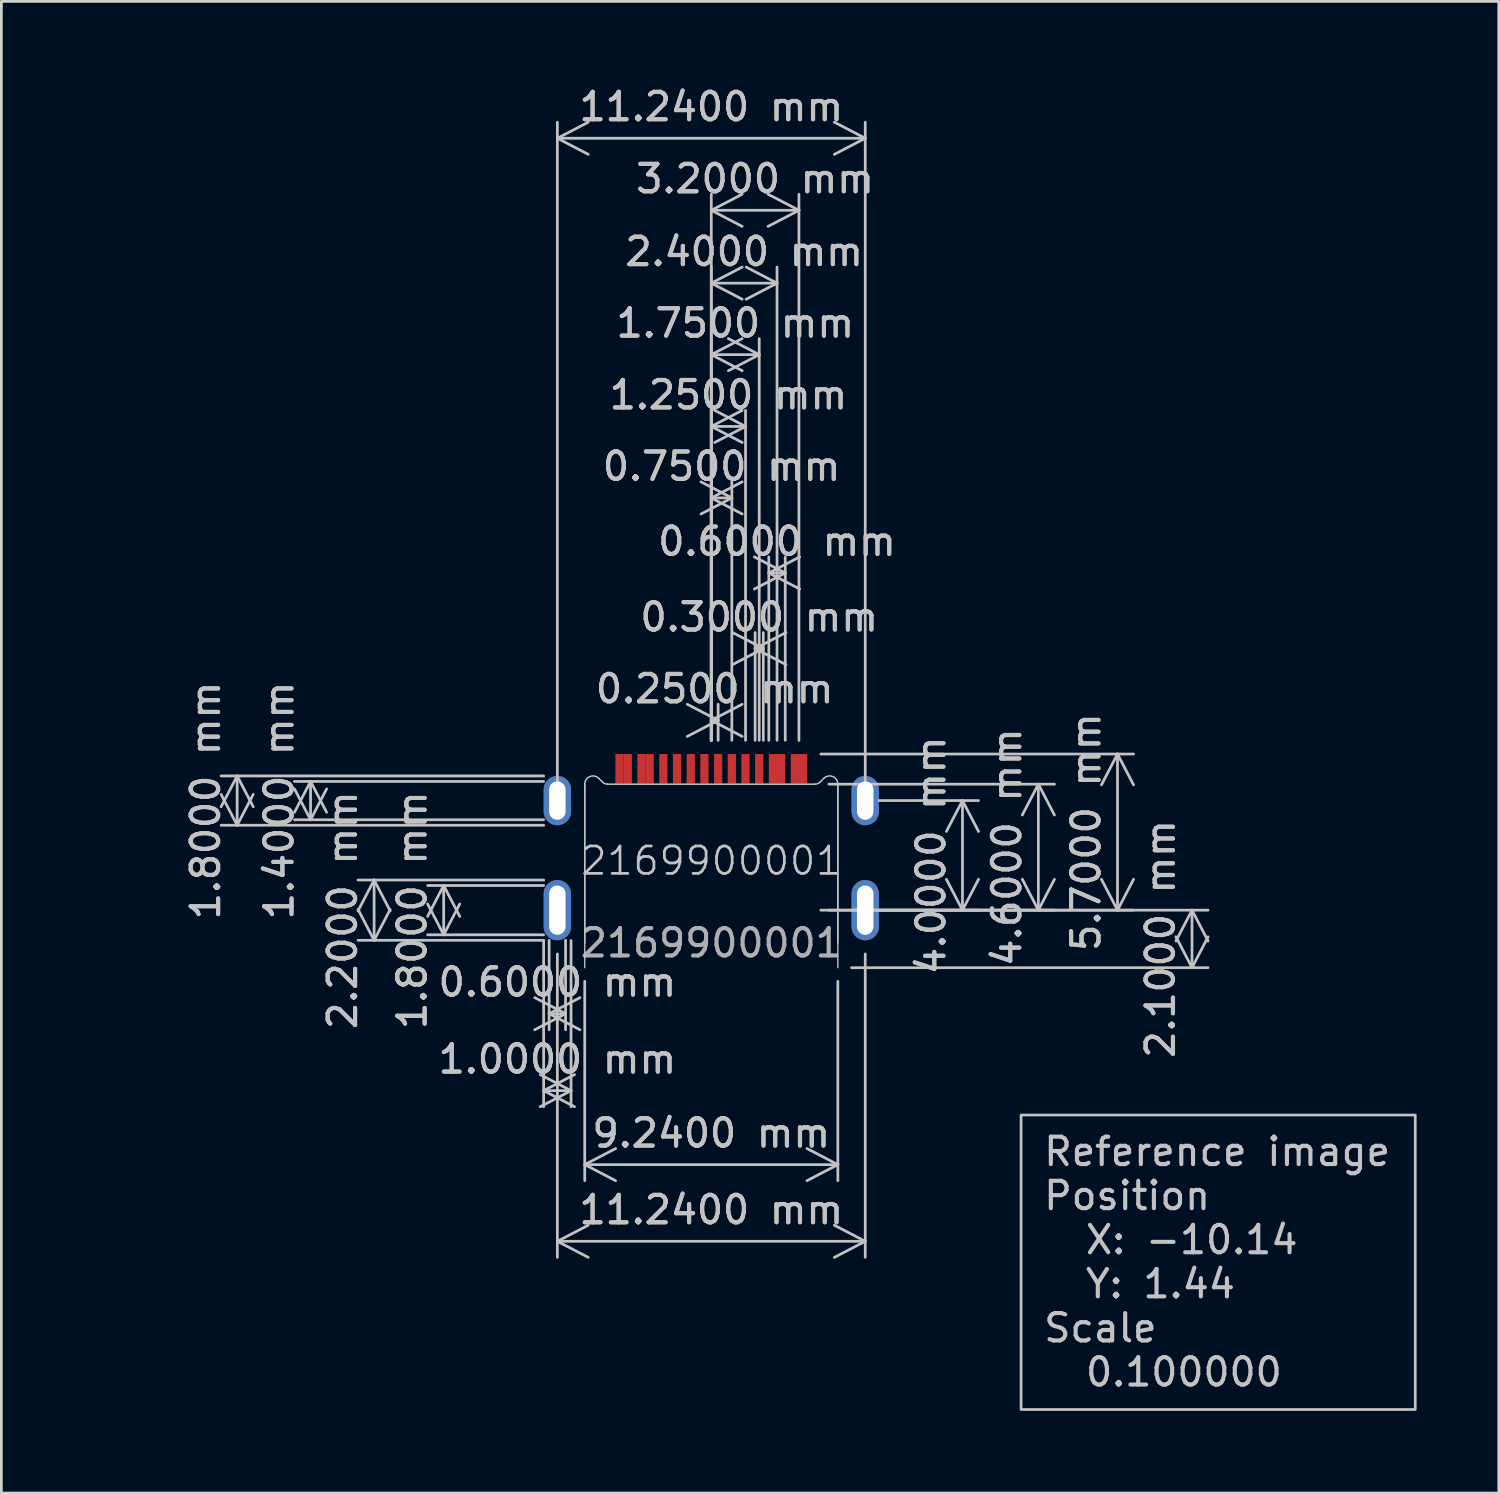
<source format=kicad_pcb>
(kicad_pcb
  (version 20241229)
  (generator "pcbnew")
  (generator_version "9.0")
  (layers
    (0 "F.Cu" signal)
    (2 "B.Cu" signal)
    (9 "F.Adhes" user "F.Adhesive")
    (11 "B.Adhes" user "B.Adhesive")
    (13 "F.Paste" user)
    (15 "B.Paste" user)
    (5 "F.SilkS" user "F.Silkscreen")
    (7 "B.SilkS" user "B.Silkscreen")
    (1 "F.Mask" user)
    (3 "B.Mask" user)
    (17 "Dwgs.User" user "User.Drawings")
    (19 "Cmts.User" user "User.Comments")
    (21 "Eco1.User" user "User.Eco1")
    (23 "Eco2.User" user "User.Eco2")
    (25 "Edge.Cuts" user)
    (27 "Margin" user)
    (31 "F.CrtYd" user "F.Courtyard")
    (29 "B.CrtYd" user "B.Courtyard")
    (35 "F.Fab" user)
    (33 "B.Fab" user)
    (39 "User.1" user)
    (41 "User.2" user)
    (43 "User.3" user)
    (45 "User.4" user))
  (footprint "2169900001"
    (layer "F.Cu")
    (at 22.918 28.878)
    (property "Reference" "2169900001" (at 0 -0.5 0) (unlocked yes) (layer "Dwgs.User") (effects (font (size 1 1) (thickness 0.1))))
    (attr smd)
    (fp_line (start -4.62 3.4) (end -4.62 -3.3) (stroke (width 0.05) (type default)) (layer "Dwgs.User"))
    (fp_line (start 4.62 -3.3) (end 4.62 3.4) (stroke (width 0.05) (type default)) (layer "Dwgs.User"))
    (fp_line (start -4.62 2.5) (end -4.62 -3.3) (stroke (width 0.05) (type default)) (layer "Edge.Cuts"))
    (fp_line (start -4.108 -3.512) (end -3.969 -3.373) (stroke (width 0.05) (type default)) (layer "Edge.Cuts"))
    (fp_line (start -3.792 -3.3) (end 3.792 -3.3) (stroke (width 0.05) (type default)) (layer "Edge.Cuts"))
    (fp_line (start 4.108 -3.512) (end 3.969 -3.373) (stroke (width 0.05) (type default)) (layer "Edge.Cuts"))
    (fp_line (start 4.62 -3.3) (end 4.62 2.5) (stroke (width 0.05) (type default)) (layer "Edge.Cuts"))
    (fp_arc (start -4.62 -3.3) (mid -4.434805 -3.577164) (end -4.107868 -3.512132) (stroke (width 0.05) (type default)) (layer "Edge.Cuts"))
    (fp_arc (start -3.792183 -3.3) (mid -3.887854 -3.31903) (end -3.968959 -3.373223) (stroke (width 0.05) (type default)) (layer "Edge.Cuts"))
    (fp_arc (start 3.968959 -3.373223) (mid 3.887852 -3.319036) (end 3.792183 -3.3) (stroke (width 0.05) (type default)) (layer "Edge.Cuts"))
    (fp_arc (start 4.107868 -3.512132) (mid 4.434805 -3.577164) (end 4.62 -3.3) (stroke (width 0.05) (type default)) (layer "Edge.Cuts"))
    (fp_text user "${REFERENCE}" (at 0 2.5 0) (unlocked yes) (layer "F.Fab") (effects (font (size 1 1) (thickness 0.15))))
    (fp_text_box "Reference image\nPosition\n  X: -10.14\n  Y: 1.44\nScale\n  0.100000" (start 11.31 8.78) (end 25.7 19.53) (margins 0.8 0.8 0.8 0.8) (layer "Dwgs.User") (effects (font (size 1 1) (thickness 0.15)) (justify left top)) (border yes) (stroke (width 0.1) (type solid)))
    (dimension (type aligned) (layer "Dwgs.User") (pts (xy 22.918 24.478) (xy 23.168 24.478)) (height -1.23) (format (prefix "") (suffix "") (units 3) (units_format 1) (precision 4)) (style (thickness 0.1) (arrow_length 1.27) (text_position_mode 0) (arrow_direction outward) (extension_height 0.586) (extension_offset 0.5) (keep_text_aligned yes)) (gr_text "0.2500 mm" (at 23.043 22.098 0) (layer "Dwgs.User") (effects (font (size 1 1) (thickness 0.15)))))
    (dimension (type aligned) (layer "Dwgs.User") (pts (xy 16.998 30.778) (xy 17.598 30.778)) (height 3.18) (format (prefix "") (suffix "") (units 3) (units_format 1) (precision 4)) (style (thickness 0.1) (arrow_length 1.27) (text_position_mode 0) (arrow_direction outward) (extension_height 0.586) (extension_offset 0.5) (keep_text_aligned yes)) (gr_text "0.6000 mm" (at 17.298 32.808 0) (layer "Dwgs.User") (effects (font (size 1 1) (thickness 0.15)))))
    (dimension (type aligned) (layer "Dwgs.User") (pts (xy 17.298 27.078) (xy 17.298 25.278)) (height -11.69) (format (prefix "") (suffix "") (units 3) (units_format 1) (precision 4)) (style (thickness 0.1) (arrow_length 1.27) (text_position_mode 0) (arrow_direction outward) (extension_height 0.586) (extension_offset 0.5) (keep_text_aligned yes)) (gr_text "1.8000 mm" (at 4.458 26.178 90) (layer "Dwgs.User") (effects (font (size 1 1) (thickness 0.15)))))
    (dimension (type aligned) (layer "Dwgs.User") (pts (xy 17.298 26.178) (xy 28.538 26.178)) (height -24.18) (format (prefix "") (suffix "") (units 3) (units_format 1) (precision 4)) (style (thickness 0.1) (arrow_length 1.27) (text_position_mode 0) (arrow_direction outward) (extension_height 0.586) (extension_offset 0.5) (keep_text_aligned yes)) (gr_text "11.2400 mm" (at 22.918 0.848 0) (layer "Dwgs.User") (effects (font (size 1 1) (thickness 0.15)))))
    (dimension (type aligned) (layer "Dwgs.User") (pts (xy 26.711 25.578) (xy 26.711 30.178)) (height -8.148) (format (prefix "") (suffix "") (units 3) (units_format 1) (precision 4)) (style (thickness 0.1) (arrow_length 1.27) (text_position_mode 0) (arrow_direction outward) (extension_height 0.586) (extension_offset 0.5) (keep_text_aligned yes)) (gr_text "4.6000 mm" (at 33.708 27.878 90) (layer "Dwgs.User") (effects (font (size 1 1) (thickness 0.15)))))
    (dimension (type aligned) (layer "Dwgs.User") (pts (xy 22.918 24.478) (xy 24.168 24.478)) (height -11.96) (format (prefix "") (suffix "") (units 3) (units_format 1) (precision 4)) (style (thickness 0.1) (arrow_length 1.27) (text_position_mode 0) (arrow_direction outward) (extension_height 0.586) (extension_offset 0.5) (keep_text_aligned yes)) (gr_text "1.2500 mm" (at 23.543 11.368 0) (layer "Dwgs.User") (effects (font (size 1 1) (thickness 0.15)))))
    (dimension (type aligned) (layer "Dwgs.User") (pts (xy 22.918 24.478) (xy 23.668 24.478)) (height -9.35) (format (prefix "") (suffix "") (units 3) (units_format 1) (precision 4)) (style (thickness 0.1) (arrow_length 1.27) (text_position_mode 0) (arrow_direction outward) (extension_height 0.586) (extension_offset 0.5) (keep_text_aligned yes)) (gr_text "0.7500 mm" (at 23.293 13.978 0) (layer "Dwgs.User") (effects (font (size 1 1) (thickness 0.15)))))
    (dimension (type aligned) (layer "Dwgs.User") (pts (xy 25.018 24.478) (xy 25.618 24.478)) (height -6.61) (format (prefix "") (suffix "") (units 3) (units_format 1) (precision 4)) (style (thickness 0.1) (arrow_length 1.27) (text_position_mode 0) (arrow_direction outward) (extension_height 0.586) (extension_offset 0.5) (keep_text_aligned yes)) (gr_text "0.6000 mm" (at 25.318 16.718 0) (layer "Dwgs.User") (effects (font (size 1 1) (thickness 0.15)))))
    (dimension (type aligned) (layer "Dwgs.User") (pts (xy 22.918 24.478) (xy 25.318 24.478)) (height -17.19) (format (prefix "") (suffix "") (units 3) (units_format 1) (precision 4)) (style (thickness 0.1) (arrow_length 1.27) (text_position_mode 0) (arrow_direction outward) (extension_height 0.586) (extension_offset 0.5) (keep_text_aligned yes)) (gr_text "2.4000 mm" (at 24.118 6.138 0) (layer "Dwgs.User") (effects (font (size 1 1) (thickness 0.15)))))
    (dimension (type aligned) (layer "Dwgs.User") (pts (xy 24.518 24.478) (xy 24.818 24.478)) (height -3.85) (format (prefix "") (suffix "") (units 3) (units_format 1) (precision 4)) (style (thickness 0.1) (arrow_length 1.27) (text_position_mode 0) (arrow_direction outward) (extension_height 0.586) (extension_offset 0.5) (keep_text_aligned yes)) (gr_text "0.3000 mm" (at 24.668 19.478 0) (layer "Dwgs.User") (effects (font (size 1 1) (thickness 0.15)))))
    (dimension (type aligned) (layer "Dwgs.User") (pts (xy 18.298 32.278) (xy 27.538 32.278)) (height 7.19) (format (prefix "") (suffix "") (units 3) (units_format 1) (precision 4)) (style (thickness 0.1) (arrow_length 1.27) (text_position_mode 0) (arrow_direction outward) (extension_height 0.586) (extension_offset 0.5) (keep_text_aligned yes)) (gr_text "9.2400 mm" (at 22.918 38.318 0) (layer "Dwgs.User") (effects (font (size 1 1) (thickness 0.15)))))
    (dimension (type aligned) (layer "Dwgs.User") (pts (xy 28.538 26.178) (xy 28.538 30.178)) (height -3.55) (format (prefix "") (suffix "") (units 3) (units_format 1) (precision 4)) (style (thickness 0.1) (arrow_length 1.27) (text_position_mode 0) (arrow_direction outward) (extension_height 0.586) (extension_offset 0.5) (keep_text_aligned yes)) (gr_text "4.0000 mm" (at 30.938 28.178 90) (layer "Dwgs.User") (effects (font (size 1 1) (thickness 0.15)))))
    (dimension (type aligned) (layer "Dwgs.User") (pts (xy 16.798 30.788) (xy 17.798 30.788)) (height 5.98) (format (prefix "") (suffix "") (units 3) (units_format 1) (precision 4)) (style (thickness 0.1) (arrow_length 1.27) (text_position_mode 0) (arrow_direction outward) (extension_height 0.586) (extension_offset 0.5) (keep_text_aligned yes)) (gr_text "1.0000 mm" (at 17.298 35.618 0) (layer "Dwgs.User") (effects (font (size 1 1) (thickness 0.15)))))
    (dimension (type aligned) (layer "Dwgs.User") (pts (xy 17.298 29.078) (xy 17.298 31.278)) (height 6.69) (format (prefix "") (suffix "") (units 3) (units_format 1) (precision 4)) (style (thickness 0.1) (arrow_length 1.27) (text_position_mode 0) (arrow_direction outward) (extension_height 0.586) (extension_offset 0.5) (keep_text_aligned yes)) (gr_text "2.2000 mm" (at 9.458 30.178 90) (layer "Dwgs.User") (effects (font (size 1 1) (thickness 0.15)))))
    (dimension (type aligned) (layer "Dwgs.User") (pts (xy 22.918 24.478) (xy 24.668 24.478)) (height -14.58) (format (prefix "") (suffix "") (units 3) (units_format 1) (precision 4)) (style (thickness 0.1) (arrow_length 1.27) (text_position_mode 0) (arrow_direction outward) (extension_height 0.586) (extension_offset 0.5) (keep_text_aligned yes)) (gr_text "1.7500 mm" (at 23.793 8.748 0) (layer "Dwgs.User") (effects (font (size 1 1) (thickness 0.15)))))
    (dimension (type aligned) (layer "Dwgs.User") (pts (xy 27.538 32.278) (xy 27.538 30.178)) (height 12.93) (format (prefix "") (suffix "") (units 3) (units_format 1) (precision 4)) (style (thickness 0.1) (arrow_length 1.27) (text_position_mode 0) (arrow_direction outward) (extension_height 0.586) (extension_offset 0.5) (keep_text_aligned yes)) (gr_text "2.1000 mm" (at 39.318 31.228 90) (layer "Dwgs.User") (effects (font (size 1 1) (thickness 0.15)))))
    (dimension (type aligned) (layer "Dwgs.User") (pts (xy 26.418 24.478) (xy 26.418 30.178)) (height -11.33) (format (prefix "") (suffix "") (units 3) (units_format 1) (precision 4)) (style (thickness 0.1) (arrow_length 1.27) (text_position_mode 0) (arrow_direction outward) (extension_height 0.586) (extension_offset 0.5) (keep_text_aligned yes)) (gr_text "5.7000 mm" (at 36.598 27.328 90) (layer "Dwgs.User") (effects (font (size 1 1) (thickness 0.15)))))
    (dimension (type aligned) (layer "Dwgs.User") (pts (xy 22.918 24.478) (xy 26.118 24.478)) (height -19.85) (format (prefix "") (suffix "") (units 3) (units_format 1) (precision 4)) (style (thickness 0.1) (arrow_length 1.27) (text_position_mode 0) (arrow_direction outward) (extension_height 0.586) (extension_offset 0.5) (keep_text_aligned yes)) (gr_text "3.2000 mm" (at 24.518 3.478 0) (layer "Dwgs.User") (effects (font (size 1 1) (thickness 0.15)))))
    (dimension (type aligned) (layer "Dwgs.User") (pts (xy 17.298 25.478) (xy 17.298 26.878)) (height 9.01) (format (prefix "") (suffix "") (units 3) (units_format 1) (precision 4)) (style (thickness 0.1) (arrow_length 1.27) (text_position_mode 0) (arrow_direction outward) (extension_height 0.586) (extension_offset 0.5) (keep_text_aligned yes)) (gr_text "1.4000 mm" (at 7.138 26.178 90) (layer "Dwgs.User") (effects (font (size 1 1) (thickness 0.15)))))
    (dimension (type aligned) (layer "Dwgs.User") (pts (xy 17.298 31.278) (xy 28.538 31.278)) (height 10.99) (format (prefix "") (suffix "") (units 3) (units_format 1) (precision 4)) (style (thickness 0.1) (arrow_length 1.27) (text_position_mode 0) (arrow_direction outward) (extension_height 0.586) (extension_offset 0.5) (keep_text_aligned yes)) (gr_text "11.2400 mm" (at 22.918 41.118 0) (layer "Dwgs.User") (effects (font (size 1 1) (thickness 0.15)))))
    (dimension (type aligned) (layer "Dwgs.User") (pts (xy 17.298 29.278) (xy 17.298 31.078)) (height 4.15) (format (prefix "") (suffix "") (units 3) (units_format 1) (precision 4)) (style (thickness 0.1) (arrow_length 1.27) (text_position_mode 0) (arrow_direction outward) (extension_height 0.586) (extension_offset 0.5) (keep_text_aligned yes)) (gr_text "1.8000 mm" (at 11.998 30.178 90) (layer "Dwgs.User") (effects (font (size 1 1) (thickness 0.15)))))
    (pad "1" smd rect (at -3.35 -3.862) (size 0.3 1.075) (layers "F.Cu" "F.Mask" "F.Paste"))
    (pad "1" smd rect (at -3.05 -3.862) (size 0.3 1.075) (layers "F.Cu" "F.Mask" "F.Paste"))
    (pad "2" smd rect (at -2.55 -3.862) (size 0.3 1.075) (layers "F.Cu" "F.Mask" "F.Paste"))
    (pad "2" smd rect (at -2.25 -3.862) (size 0.3 1.075) (layers "F.Cu" "F.Mask" "F.Paste"))
    (pad "3" smd rect (at -1.75 -3.862) (size 0.3 1.075) (layers "F.Cu" "F.Mask" "F.Paste"))
    (pad "4" smd rect (at -1.25 -3.862) (size 0.3 1.075) (layers "F.Cu" "F.Mask" "F.Paste"))
    (pad "5" smd rect (at -0.75 -3.862) (size 0.3 1.075) (layers "F.Cu" "F.Mask" "F.Paste"))
    (pad "6" smd rect (at -0.25 -3.862) (size 0.3 1.075) (layers "F.Cu" "F.Mask" "F.Paste"))
    (pad "7" smd rect (at 0.25 -3.862) (size 0.3 1.075) (layers "F.Cu" "F.Mask" "F.Paste"))
    (pad "8" smd rect (at 0.75 -3.862) (size 0.3 1.075) (layers "F.Cu" "F.Mask" "F.Paste"))
    (pad "9" smd rect (at 1.25 -3.862) (size 0.3 1.075) (layers "F.Cu" "F.Mask" "F.Paste"))
    (pad "10" smd rect (at 1.75 -3.862) (size 0.3 1.075) (layers "F.Cu" "F.Mask" "F.Paste"))
    (pad "11" smd rect (at 2.25 -3.862) (size 0.3 1.075) (layers "F.Cu" "F.Mask" "F.Paste"))
    (pad "11" smd rect (at 2.55 -3.862) (size 0.3 1.075) (layers "F.Cu" "F.Mask" "F.Paste"))
    (pad "12" smd rect (at 3.05 -3.862) (size 0.3 1.075) (layers "F.Cu" "F.Mask" "F.Paste"))
    (pad "12" smd rect (at 3.35 -3.862) (size 0.3 1.075) (layers "F.Cu" "F.Mask" "F.Paste"))
    (pad "13" thru_hole oval (at -5.62 -2.7) (size 1 1.8) (drill oval 0.6 1.4) (layers "*.Cu" "*.Mask"))
    (pad "13" thru_hole oval (at -5.62 1.3) (size 1 2.2) (drill oval 0.6 1.8) (layers "*.Cu" "*.Mask"))
    (pad "13" thru_hole oval (at 5.62 -2.7) (size 1 1.8) (drill oval 0.6 1.4) (layers "*.Cu" "*.Mask"))
    (pad "13" thru_hole oval (at 5.62 1.3) (size 1 2.2) (drill oval 0.6 1.8) (layers "*.Cu" "*.Mask")))
  (gr_rect
    (start -3 -3)
    (end 51.668 51.458)
    (stroke (width 0.1) (type default))
    (fill no)
    (layer "Edge.Cuts")))
</source>
